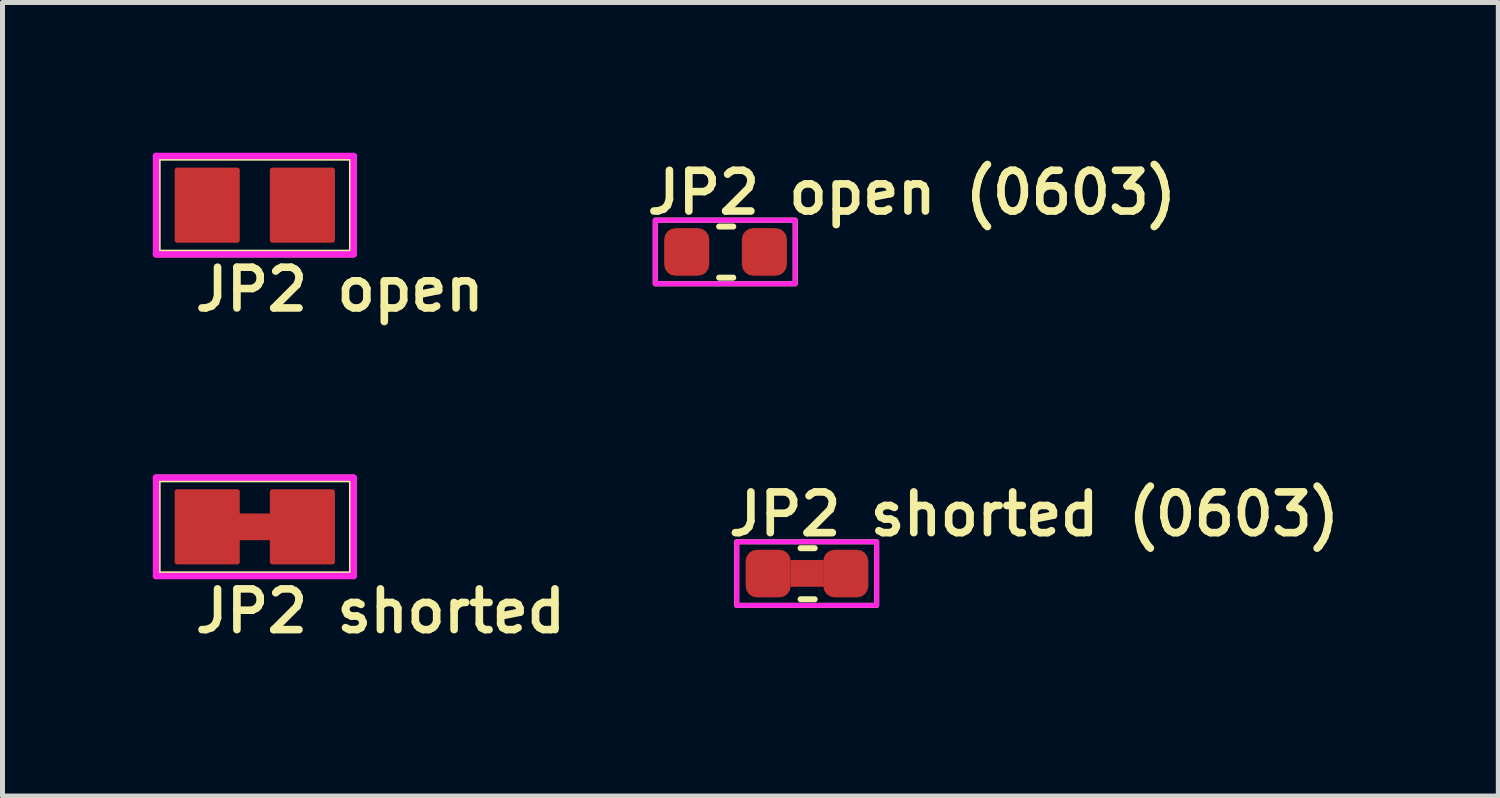
<source format=kicad_pcb>
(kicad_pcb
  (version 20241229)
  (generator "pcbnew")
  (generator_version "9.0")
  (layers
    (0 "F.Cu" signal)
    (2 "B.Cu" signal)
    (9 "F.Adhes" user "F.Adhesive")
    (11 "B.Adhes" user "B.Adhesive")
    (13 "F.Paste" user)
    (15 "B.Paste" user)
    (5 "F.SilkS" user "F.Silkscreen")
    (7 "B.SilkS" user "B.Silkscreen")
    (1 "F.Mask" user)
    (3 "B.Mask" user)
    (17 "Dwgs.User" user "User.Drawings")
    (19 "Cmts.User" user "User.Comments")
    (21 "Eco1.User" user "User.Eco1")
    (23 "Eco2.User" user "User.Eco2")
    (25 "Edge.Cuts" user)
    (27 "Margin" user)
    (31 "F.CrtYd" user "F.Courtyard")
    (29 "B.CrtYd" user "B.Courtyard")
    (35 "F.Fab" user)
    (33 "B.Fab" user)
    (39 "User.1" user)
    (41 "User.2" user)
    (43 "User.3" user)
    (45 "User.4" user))
  (footprint "JP2 open"
    (layer "F.Cu")
    (at 2.037 1.046)
    (property "Reference" "JP2 open" (at -1.27 2.159 0) (layer "F.SilkS") (effects (font (size 0.813 0.813) (thickness 0.152) (bold yes)) (justify left bottom)))
    (attr smd exclude_from_pos_files exclude_from_bom)
    (fp_rect (start -1.956 -0.965) (end 1.956 0.965) (stroke (width 0.152) (type default)) (fill no) (layer "F.SilkS"))
    (fp_line (start -1.973 -0.983) (end 1.973 -0.983) (stroke (width 0.127) (type solid)) (layer "F.CrtYd"))
    (fp_line (start -1.973 0.983) (end -1.973 -0.983) (stroke (width 0.127) (type solid)) (layer "F.CrtYd"))
    (fp_line (start 1.973 -0.983) (end 1.973 0.983) (stroke (width 0.127) (type solid)) (layer "F.CrtYd"))
    (fp_line (start 1.973 0.983) (end -1.973 0.983) (stroke (width 0.127) (type solid)) (layer "F.CrtYd"))
    (pad "1" smd roundrect (at -0.95 0) (size 1.3 1.5) (layers "F.Cu" "F.Mask") (roundrect_rratio 0.039))
    (pad "2" smd roundrect (at 0.95 0) (size 1.3 1.5) (layers "F.Cu" "F.Mask") (roundrect_rratio 0.039)))
  (footprint "JP2 shorted"
    (layer "F.Cu")
    (at 2.037 7.468)
    (property "Reference" "JP2 shorted" (at -1.27 2.159 0) (layer "F.SilkS") (effects (font (size 0.813 0.813) (thickness 0.152) (bold yes)) (justify left bottom)))
    (attr smd exclude_from_pos_files exclude_from_bom)
    (fp_poly (pts (xy 0.33 0.267) (xy -0.33 0.267) (xy -0.33 -0.267) (xy 0.33 -0.267)) (stroke (width 0) (type default)) (fill yes) (layer "F.Cu"))
    (fp_rect (start -1.956 -0.965) (end 1.956 0.965) (stroke (width 0.152) (type default)) (fill no) (layer "F.SilkS"))
    (fp_line (start -1.973 -0.983) (end 1.973 -0.983) (stroke (width 0.127) (type solid)) (layer "F.CrtYd"))
    (fp_line (start -1.973 0.983) (end -1.973 -0.983) (stroke (width 0.127) (type solid)) (layer "F.CrtYd"))
    (fp_line (start 1.973 -0.983) (end 1.973 0.983) (stroke (width 0.127) (type solid)) (layer "F.CrtYd"))
    (fp_line (start 1.973 0.983) (end -1.973 0.983) (stroke (width 0.127) (type solid)) (layer "F.CrtYd"))
    (pad "1" smd roundrect (at -0.95 0) (size 1.3 1.5) (layers "F.Cu" "F.Mask") (roundrect_rratio 0.039))
    (pad "2" smd roundrect (at 0.95 0) (size 1.3 1.5) (layers "F.Cu" "F.Mask") (roundrect_rratio 0.039)))
  (footprint "JP2 open (0603)"
    (layer "F.Cu")
    (at 11.429 1.98)
    (property "Reference" "JP2 open (0603)" (at -1.64 -0.71 0) (layer "F.SilkS") (effects (font (size 0.813 0.813) (thickness 0.152) (bold yes)) (justify left bottom)))
    (attr smd exclude_from_pos_files exclude_from_bom)
    (fp_line (start -0.122 -0.507) (end 0.16 -0.507) (stroke (width 0.12) (type solid)) (layer "F.SilkS"))
    (fp_line (start -0.122 0.513) (end 0.16 0.513) (stroke (width 0.12) (type solid)) (layer "F.SilkS"))
    (fp_rect (start -1.397 -0.635) (end 1.397 0.635) (stroke (width 0.1) (type default)) (fill no) (layer "F.SilkS"))
    (fp_rect (start -1.397 -0.635) (end 1.397 0.635) (stroke (width 0.1) (type default)) (fill no) (layer "F.CrtYd"))
    (pad "1" smd roundrect (at -0.769 0) (size 0.9 0.95) (layers "F.Cu" "F.Mask" "F.Paste") (roundrect_rratio 0.25))
    (pad "2" smd roundrect (at 0.781 0) (size 0.9 0.95) (layers "F.Cu" "F.Mask" "F.Paste") (roundrect_rratio 0.25)))
  (footprint "JP2 shorted (0603)"
    (layer "F.Cu")
    (at 13.055 8.401)
    (property "Reference" "JP2 shorted (0603)" (at -1.64 -0.71 0) (layer "F.SilkS") (effects (font (size 0.813 0.813) (thickness 0.152) (bold yes)) (justify left bottom)))
    (attr smd exclude_from_pos_files exclude_from_bom)
    (fp_poly (pts (xy 0.34 0.263) (xy -0.32 0.263) (xy -0.32 -0.27) (xy 0.34 -0.27)) (stroke (width 0) (type default)) (fill yes) (layer "F.Cu"))
    (fp_line (start -0.122 -0.507) (end 0.16 -0.507) (stroke (width 0.12) (type solid)) (layer "F.SilkS"))
    (fp_line (start -0.122 0.513) (end 0.16 0.513) (stroke (width 0.12) (type solid)) (layer "F.SilkS"))
    (fp_rect (start -1.397 -0.635) (end 1.397 0.635) (stroke (width 0.1) (type default)) (fill no) (layer "F.SilkS"))
    (fp_rect (start -1.397 -0.635) (end 1.397 0.635) (stroke (width 0.1) (type default)) (fill no) (layer "F.CrtYd"))
    (pad "1" smd roundrect (at -0.769 0) (size 0.9 0.95) (layers "F.Cu" "F.Mask" "F.Paste") (roundrect_rratio 0.25))
    (pad "2" smd roundrect (at 0.781 0) (size 0.9 0.95) (layers "F.Cu" "F.Mask" "F.Paste") (roundrect_rratio 0.25)))
  (gr_rect
    (start -3 -3)
    (end 26.863 12.843)
    (stroke (width 0.1) (type default))
    (fill no)
    (layer "Edge.Cuts")))
</source>
